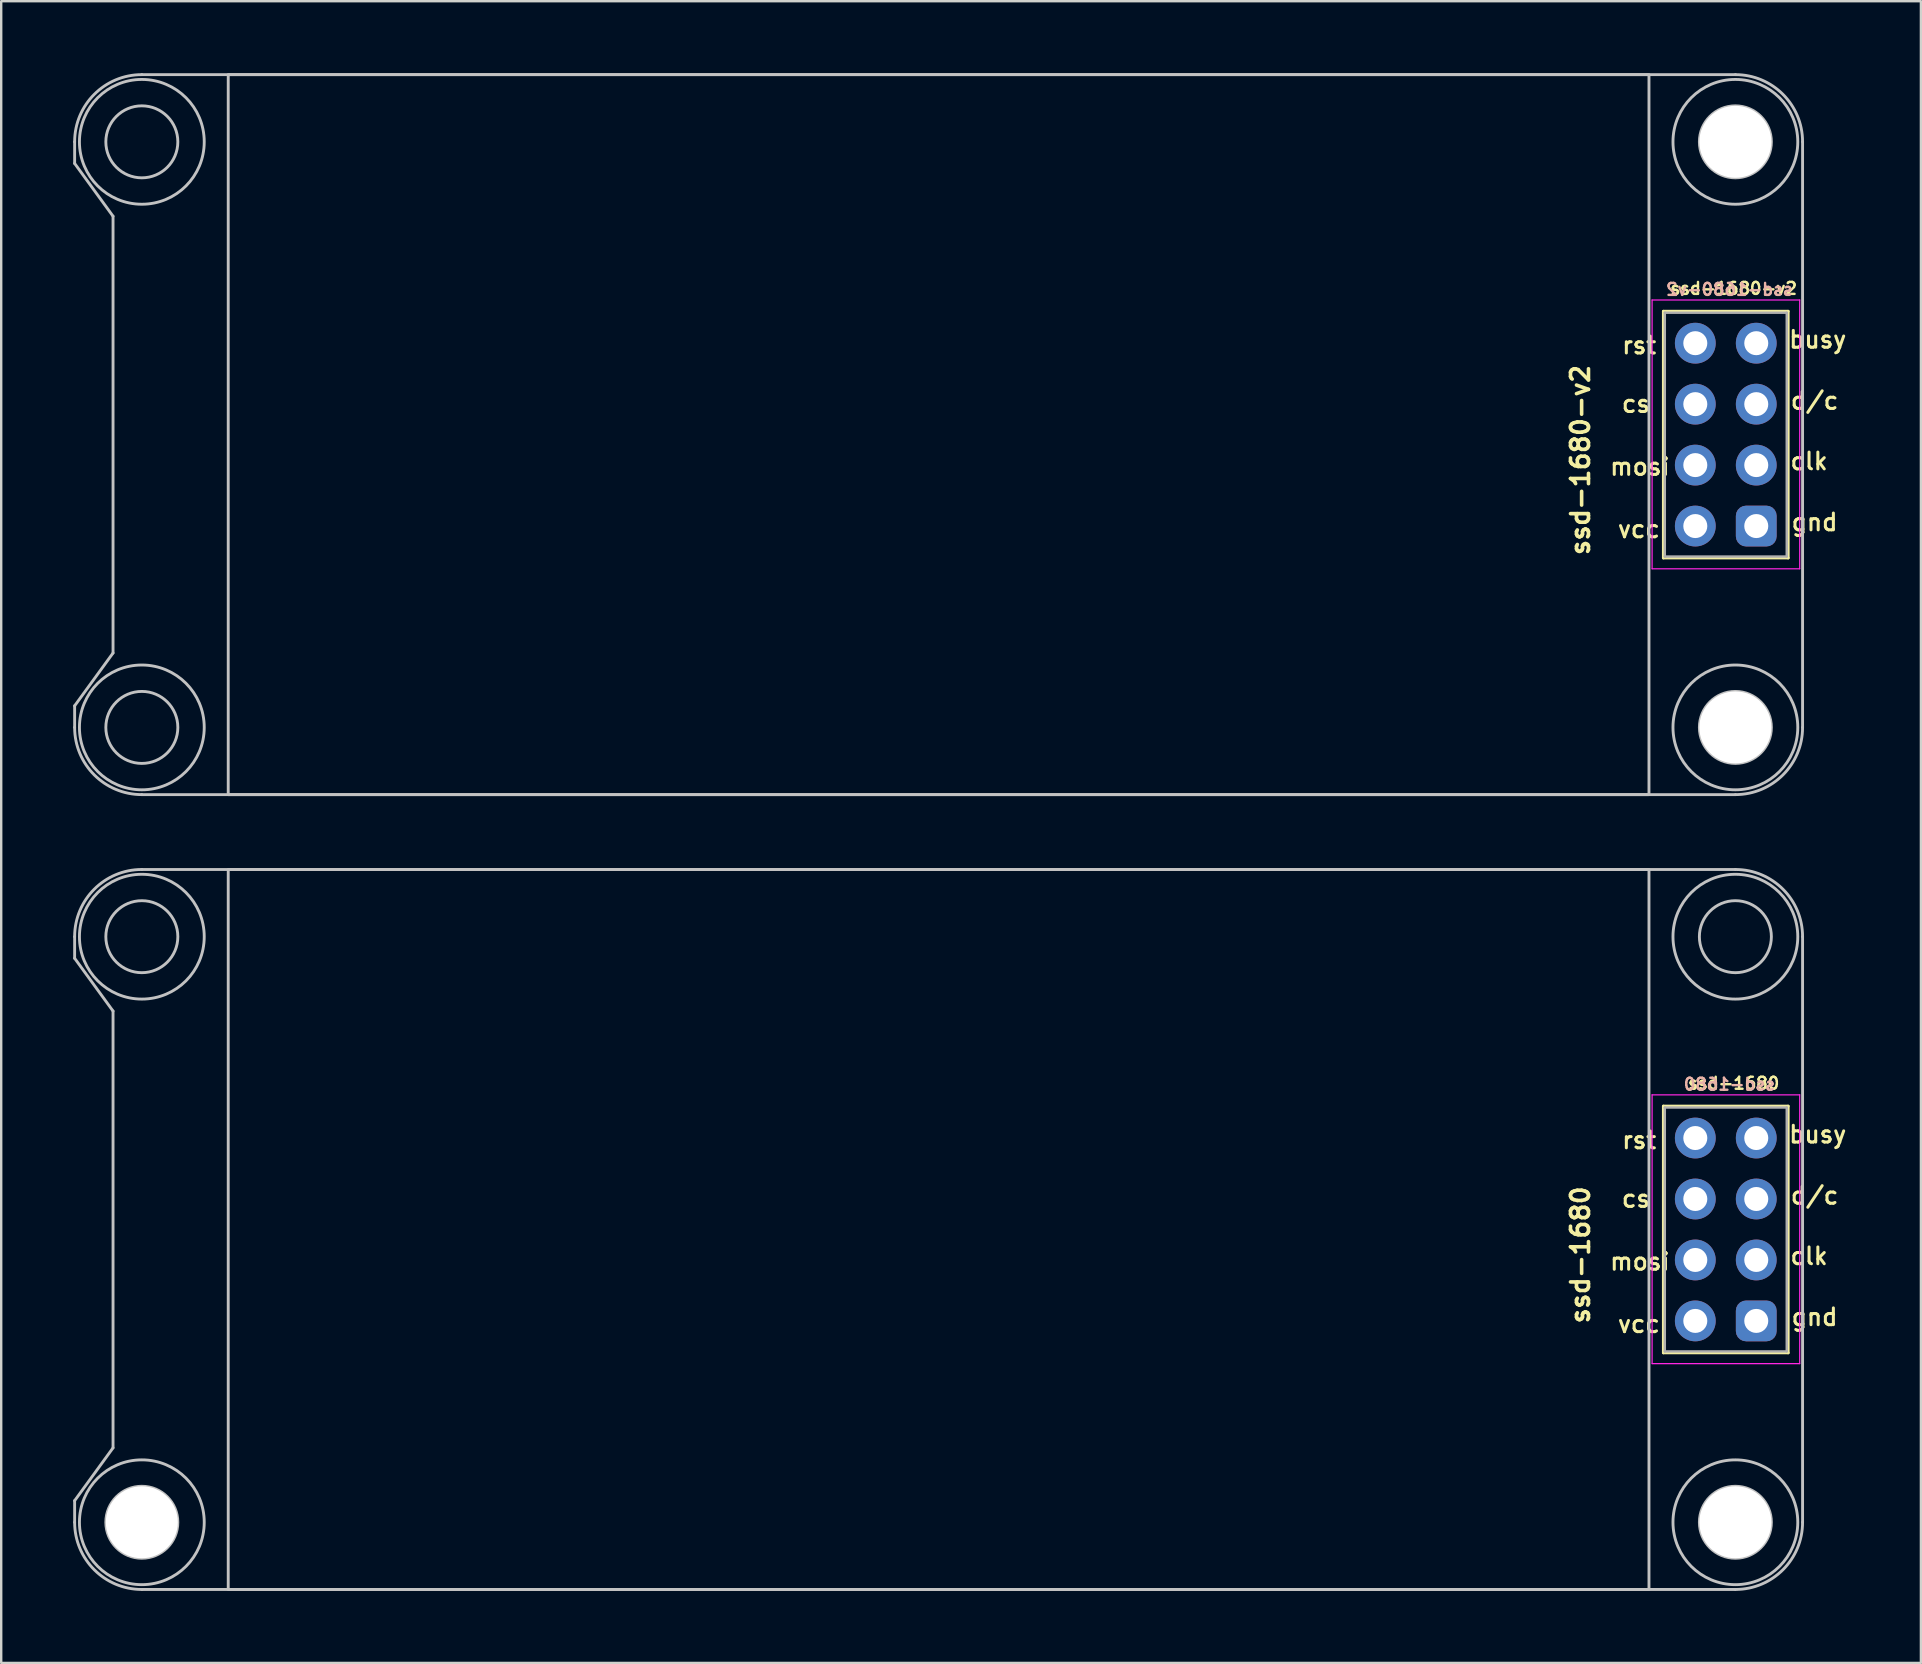
<source format=kicad_pcb>
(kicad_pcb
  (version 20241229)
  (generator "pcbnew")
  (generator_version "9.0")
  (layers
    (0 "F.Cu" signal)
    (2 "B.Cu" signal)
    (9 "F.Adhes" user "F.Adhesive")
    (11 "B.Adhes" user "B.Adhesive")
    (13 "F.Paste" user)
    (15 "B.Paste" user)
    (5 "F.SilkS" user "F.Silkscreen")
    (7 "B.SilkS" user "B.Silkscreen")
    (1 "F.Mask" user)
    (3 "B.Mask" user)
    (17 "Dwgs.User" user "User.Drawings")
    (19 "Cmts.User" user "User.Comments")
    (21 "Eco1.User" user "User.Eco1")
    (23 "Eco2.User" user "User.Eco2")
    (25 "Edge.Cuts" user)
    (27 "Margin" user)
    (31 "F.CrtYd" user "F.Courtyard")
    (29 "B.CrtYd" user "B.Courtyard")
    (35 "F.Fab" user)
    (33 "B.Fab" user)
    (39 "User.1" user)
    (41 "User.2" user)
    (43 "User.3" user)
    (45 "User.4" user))
  (footprint "ssd-1680-v2"
    (layer "F.Cu")
    (at 68.66 15.06)
    (property "Reference" "ssd-1680-v2" (at 0.53 -6.09 0) (layer "F.SilkS") (effects (font (size 0.5 0.5) (thickness 0.1))))
    (property "Value" "ssd-1680-v2" (at 0 6.14 0) (layer "F.Fab") (hide yes) (effects (font (size 1 1) (thickness 0.15))))
    (attr through_hole)
    (fp_line (start -2.4 -5.14) (end -2.4 5.14) (stroke (width 0.12) (type solid)) (layer "F.SilkS"))
    (fp_line (start -2.4 -5.14) (end 2.8 -5.14) (stroke (width 0.12) (type solid)) (layer "F.SilkS"))
    (fp_line (start -2.4 5.14) (end 2.8 5.14) (stroke (width 0.12) (type solid)) (layer "F.SilkS"))
    (fp_line (start 2.8 -5.14) (end 2.8 5.14) (stroke (width 0.12) (type solid)) (layer "F.SilkS"))
    (fp_line (start -68.6 -11.3) (end -68.6 -12.2) (stroke (width 0.12) (type solid)) (layer "Dwgs.User"))
    (fp_line (start -68.6 -11.3) (end -67 -9.1) (stroke (width 0.12) (type solid)) (layer "Dwgs.User"))
    (fp_line (start -68.6 11.3) (end -68.6 12.2) (stroke (width 0.12) (type solid)) (layer "Dwgs.User"))
    (fp_line (start -68.6 11.3) (end -67 9.1) (stroke (width 0.12) (type solid)) (layer "Dwgs.User"))
    (fp_line (start -67 9.1) (end -67 -9.1) (stroke (width 0.12) (type solid)) (layer "Dwgs.User"))
    (fp_line (start 0.6 -15) (end -65.8 -15) (stroke (width 0.12) (type solid)) (layer "Dwgs.User"))
    (fp_line (start 0.6 15) (end -65.8 15) (stroke (width 0.12) (type solid)) (layer "Dwgs.User"))
    (fp_line (start 3.4 -12.2) (end 3.4 12.2) (stroke (width 0.12) (type solid)) (layer "Dwgs.User"))
    (fp_rect (start -3 -15) (end -62.2 15) (stroke (width 0.12) (type solid)) (fill no) (layer "Dwgs.User"))
    (fp_arc (start -68.6 -12.2) (mid -67.779899 -14.179899) (end -65.8 -15) (stroke (width 0.12) (type solid)) (layer "Dwgs.User"))
    (fp_arc (start -65.8 15) (mid -67.779899 14.179899) (end -68.6 12.2) (stroke (width 0.12) (type solid)) (layer "Dwgs.User"))
    (fp_arc (start 0.6 -15) (mid 2.579899 -14.179899) (end 3.4 -12.2) (stroke (width 0.12) (type solid)) (layer "Dwgs.User"))
    (fp_arc (start 3.4 12.2) (mid 2.579899 14.179899) (end 0.6 15) (stroke (width 0.12) (type solid)) (layer "Dwgs.User"))
    (fp_circle (center -65.8 -12.2) (end -64.3 -12.2) (stroke (width 0.12) (type solid)) (fill no) (layer "Dwgs.User"))
    (fp_circle (center -65.8 -12.2) (end -63.2 -12.2) (stroke (width 0.12) (type solid)) (fill no) (layer "Dwgs.User"))
    (fp_circle (center -65.8 12.2) (end -64.3 12.2) (stroke (width 0.12) (type solid)) (fill no) (layer "Dwgs.User"))
    (fp_circle (center -65.8 12.2) (end -63.2 12.2) (stroke (width 0.12) (type solid)) (fill no) (layer "Dwgs.User"))
    (fp_circle (center 0.6 -12.2) (end 2.1 -12.2) (stroke (width 0.12) (type solid)) (fill no) (layer "Dwgs.User"))
    (fp_circle (center 0.6 -12.2) (end 3.2 -12.2) (stroke (width 0.12) (type solid)) (fill no) (layer "Dwgs.User"))
    (fp_circle (center 0.6 12.2) (end 2.1 12.2) (stroke (width 0.12) (type solid)) (fill no) (layer "Dwgs.User"))
    (fp_circle (center 0.6 12.2) (end 3.2 12.2) (stroke (width 0.12) (type solid)) (fill no) (layer "Dwgs.User"))
    (fp_line (start -2.87 -5.61) (end -2.87 5.59) (stroke (width 0.05) (type solid)) (layer "F.CrtYd"))
    (fp_line (start -2.87 5.59) (end 3.28 5.59) (stroke (width 0.05) (type solid)) (layer "F.CrtYd"))
    (fp_line (start 3.28 -5.61) (end -2.87 -5.61) (stroke (width 0.05) (type solid)) (layer "F.CrtYd"))
    (fp_line (start 3.28 5.59) (end 3.28 -5.61) (stroke (width 0.05) (type solid)) (layer "F.CrtYd"))
    (fp_line (start -2.34 -5.08) (end 2.74 -5.08) (stroke (width 0.1) (type solid)) (layer "F.Fab"))
    (fp_line (start -2.34 5.08) (end -2.34 -5.08) (stroke (width 0.1) (type solid)) (layer "F.Fab"))
    (fp_line (start 2.74 -5.08) (end 2.74 5.08) (stroke (width 0.1) (type solid)) (layer "F.Fab"))
    (fp_line (start 2.74 5.08) (end -2.34 5.08) (stroke (width 0.1) (type solid)) (layer "F.Fab"))
    (fp_text user "vcc" (at -3.42 3.94 0) (unlocked yes) (layer "F.SilkS") (effects (font (size 0.7 0.7) (thickness 0.125))))
    (fp_text user "clk" (at 3.67 1.11 0) (unlocked yes) (layer "F.SilkS") (effects (font (size 0.7 0.7) (thickness 0.125))))
    (fp_text user "${VALUE}" (at -5.86 1.06 270) (layer "F.SilkS") (effects (font (size 0.75 0.75) (thickness 0.15))))
    (fp_text user "d/c" (at 3.9 -1.41 0) (unlocked yes) (layer "F.SilkS") (effects (font (size 0.7 0.7) (thickness 0.125))))
    (fp_text user "mosi" (at -3.38 1.34 0) (unlocked yes) (layer "F.SilkS") (effects (font (size 0.7 0.7) (thickness 0.125))))
    (fp_text user "busy" (at 4.03 -3.96 0) (unlocked yes) (layer "F.SilkS") (effects (font (size 0.7 0.7) (thickness 0.125))))
    (fp_text user "rst" (at -3.41 -3.72 0) (unlocked yes) (layer "F.SilkS") (effects (font (size 0.7 0.7) (thickness 0.125))))
    (fp_text user "cs" (at -3.54 -1.28 0) (unlocked yes) (layer "F.SilkS") (effects (font (size 0.7 0.7) (thickness 0.125))))
    (fp_text user "gnd" (at 3.9 3.65 0) (unlocked yes) (layer "F.SilkS") (effects (font (size 0.7 0.7) (thickness 0.125))))
    (fp_text user "${REFERENCE}" (at 0.35 -6.05 0) (layer "B.SilkS") (effects (font (size 0.5 0.5) (thickness 0.1)) (justify mirror)))
    (pad "" np_thru_hole circle (at 0.6 -12.2) (size 3 3) (drill 3) (layers "*.Cu" "*.Mask"))
    (pad "" np_thru_hole circle (at 0.6 12.2) (size 3 3) (drill 3) (layers "*.Cu" "*.Mask"))
    (pad "1" thru_hole oval (at 1.47 -3.81) (size 1.7 1.7) (drill 1) (layers "*.Cu" "*.Mask"))
    (pad "2" thru_hole oval (at -1.07 -3.81) (size 1.7 1.7) (drill 1) (layers "*.Cu" "*.Mask"))
    (pad "3" thru_hole oval (at 1.47 -1.27) (size 1.7 1.7) (drill 1) (layers "*.Cu" "*.Mask"))
    (pad "4" thru_hole oval (at -1.07 -1.27) (size 1.7 1.7) (drill 1) (layers "*.Cu" "*.Mask"))
    (pad "5" thru_hole oval (at 1.47 1.27) (size 1.7 1.7) (drill 1) (layers "*.Cu" "*.Mask"))
    (pad "6" thru_hole oval (at -1.07 1.27) (size 1.7 1.7) (drill 1) (layers "*.Cu" "*.Mask"))
    (pad "7" thru_hole roundrect (at 1.47 3.81) (size 1.7 1.7) (drill 1) (layers "*.Cu" "*.Mask") (roundrect_rratio 0.25))
    (pad "8" thru_hole oval (at -1.07 3.81) (size 1.7 1.7) (drill 1) (layers "*.Cu" "*.Mask")))
  (footprint "ssd-1680"
    (layer "F.Cu")
    (at 68.66 48.18)
    (property "Reference" "ssd-1680" (at 0.53 -6.09 0) (layer "F.SilkS") (effects (font (size 0.5 0.5) (thickness 0.1))))
    (property "Value" "ssd-1680" (at 0 6.14 0) (layer "F.Fab") (hide yes) (effects (font (size 1 1) (thickness 0.15))))
    (attr through_hole)
    (fp_line (start -2.4 -5.14) (end -2.4 5.14) (stroke (width 0.12) (type solid)) (layer "F.SilkS"))
    (fp_line (start -2.4 -5.14) (end 2.8 -5.14) (stroke (width 0.12) (type solid)) (layer "F.SilkS"))
    (fp_line (start -2.4 5.14) (end 2.8 5.14) (stroke (width 0.12) (type solid)) (layer "F.SilkS"))
    (fp_line (start 2.8 -5.14) (end 2.8 5.14) (stroke (width 0.12) (type solid)) (layer "F.SilkS"))
    (fp_line (start -68.6 -11.3) (end -68.6 -12.2) (stroke (width 0.12) (type solid)) (layer "Dwgs.User"))
    (fp_line (start -68.6 -11.3) (end -67 -9.1) (stroke (width 0.12) (type solid)) (layer "Dwgs.User"))
    (fp_line (start -68.6 11.3) (end -68.6 12.2) (stroke (width 0.12) (type solid)) (layer "Dwgs.User"))
    (fp_line (start -68.6 11.3) (end -67 9.1) (stroke (width 0.12) (type solid)) (layer "Dwgs.User"))
    (fp_line (start -67 9.1) (end -67 -9.1) (stroke (width 0.12) (type solid)) (layer "Dwgs.User"))
    (fp_line (start 0.6 -15) (end -65.8 -15) (stroke (width 0.12) (type solid)) (layer "Dwgs.User"))
    (fp_line (start 0.6 15) (end -65.8 15) (stroke (width 0.12) (type solid)) (layer "Dwgs.User"))
    (fp_line (start 3.4 -12.2) (end 3.4 12.2) (stroke (width 0.12) (type solid)) (layer "Dwgs.User"))
    (fp_rect (start -3 -15) (end -62.2 15) (stroke (width 0.12) (type solid)) (fill no) (layer "Dwgs.User"))
    (fp_arc (start -68.6 -12.2) (mid -67.779899 -14.179899) (end -65.8 -15) (stroke (width 0.12) (type solid)) (layer "Dwgs.User"))
    (fp_arc (start -65.8 15) (mid -67.779899 14.179899) (end -68.6 12.2) (stroke (width 0.12) (type solid)) (layer "Dwgs.User"))
    (fp_arc (start 0.6 -15) (mid 2.579899 -14.179899) (end 3.4 -12.2) (stroke (width 0.12) (type solid)) (layer "Dwgs.User"))
    (fp_arc (start 3.4 12.2) (mid 2.579899 14.179899) (end 0.6 15) (stroke (width 0.12) (type solid)) (layer "Dwgs.User"))
    (fp_circle (center -65.8 -12.2) (end -64.3 -12.2) (stroke (width 0.12) (type solid)) (fill no) (layer "Dwgs.User"))
    (fp_circle (center -65.8 -12.2) (end -63.2 -12.2) (stroke (width 0.12) (type solid)) (fill no) (layer "Dwgs.User"))
    (fp_circle (center -65.8 12.2) (end -64.3 12.2) (stroke (width 0.12) (type solid)) (fill no) (layer "Dwgs.User"))
    (fp_circle (center -65.8 12.2) (end -63.2 12.2) (stroke (width 0.12) (type solid)) (fill no) (layer "Dwgs.User"))
    (fp_circle (center 0.6 -12.2) (end 2.1 -12.2) (stroke (width 0.12) (type solid)) (fill no) (layer "Dwgs.User"))
    (fp_circle (center 0.6 -12.2) (end 3.2 -12.2) (stroke (width 0.12) (type solid)) (fill no) (layer "Dwgs.User"))
    (fp_circle (center 0.6 12.2) (end 2.1 12.2) (stroke (width 0.12) (type solid)) (fill no) (layer "Dwgs.User"))
    (fp_circle (center 0.6 12.2) (end 3.2 12.2) (stroke (width 0.12) (type solid)) (fill no) (layer "Dwgs.User"))
    (fp_line (start -2.87 -5.61) (end -2.87 5.59) (stroke (width 0.05) (type solid)) (layer "F.CrtYd"))
    (fp_line (start -2.87 5.59) (end 3.28 5.59) (stroke (width 0.05) (type solid)) (layer "F.CrtYd"))
    (fp_line (start 3.28 -5.61) (end -2.87 -5.61) (stroke (width 0.05) (type solid)) (layer "F.CrtYd"))
    (fp_line (start 3.28 5.59) (end 3.28 -5.61) (stroke (width 0.05) (type solid)) (layer "F.CrtYd"))
    (fp_line (start -2.34 -5.08) (end 2.74 -5.08) (stroke (width 0.1) (type solid)) (layer "F.Fab"))
    (fp_line (start -2.34 5.08) (end -2.34 -5.08) (stroke (width 0.1) (type solid)) (layer "F.Fab"))
    (fp_line (start 2.74 -5.08) (end 2.74 5.08) (stroke (width 0.1) (type solid)) (layer "F.Fab"))
    (fp_line (start 2.74 5.08) (end -2.34 5.08) (stroke (width 0.1) (type solid)) (layer "F.Fab"))
    (fp_text user "cs" (at -3.54 -1.28 0) (unlocked yes) (layer "F.SilkS") (effects (font (size 0.7 0.7) (thickness 0.125))))
    (fp_text user "mosi" (at -3.38 1.34 0) (unlocked yes) (layer "F.SilkS") (effects (font (size 0.7 0.7) (thickness 0.125))))
    (fp_text user "rst" (at -3.41 -3.72 0) (unlocked yes) (layer "F.SilkS") (effects (font (size 0.7 0.7) (thickness 0.125))))
    (fp_text user "clk" (at 3.67 1.11 0) (unlocked yes) (layer "F.SilkS") (effects (font (size 0.7 0.7) (thickness 0.125))))
    (fp_text user "gnd" (at 3.9 3.65 0) (unlocked yes) (layer "F.SilkS") (effects (font (size 0.7 0.7) (thickness 0.125))))
    (fp_text user "vcc" (at -3.42 3.94 0) (unlocked yes) (layer "F.SilkS") (effects (font (size 0.7 0.7) (thickness 0.125))))
    (fp_text user "busy" (at 4.03 -3.96 0) (unlocked yes) (layer "F.SilkS") (effects (font (size 0.7 0.7) (thickness 0.125))))
    (fp_text user "${VALUE}" (at -5.86 1.06 270) (layer "F.SilkS") (effects (font (size 0.75 0.75) (thickness 0.15))))
    (fp_text user "d/c" (at 3.9 -1.41 0) (unlocked yes) (layer "F.SilkS") (effects (font (size 0.7 0.7) (thickness 0.125))))
    (fp_text user "${REFERENCE}" (at 0.35 -6.05 0) (layer "B.SilkS") (effects (font (size 0.5 0.5) (thickness 0.1)) (justify mirror)))
    (pad "" np_thru_hole circle (at -65.8 12.2) (size 3 3) (drill 3) (layers "*.Cu" "*.Mask"))
    (pad "" np_thru_hole circle (at 0.6 12.2) (size 3 3) (drill 3) (layers "*.Cu" "*.Mask"))
    (pad "1" thru_hole oval (at 1.47 -3.81) (size 1.7 1.7) (drill 1) (layers "*.Cu" "*.Mask"))
    (pad "2" thru_hole oval (at -1.07 -3.81) (size 1.7 1.7) (drill 1) (layers "*.Cu" "*.Mask"))
    (pad "3" thru_hole oval (at 1.47 -1.27) (size 1.7 1.7) (drill 1) (layers "*.Cu" "*.Mask"))
    (pad "4" thru_hole oval (at -1.07 -1.27) (size 1.7 1.7) (drill 1) (layers "*.Cu" "*.Mask"))
    (pad "5" thru_hole oval (at 1.47 1.27) (size 1.7 1.7) (drill 1) (layers "*.Cu" "*.Mask"))
    (pad "6" thru_hole oval (at -1.07 1.27) (size 1.7 1.7) (drill 1) (layers "*.Cu" "*.Mask"))
    (pad "7" thru_hole roundrect (at 1.47 3.81) (size 1.7 1.7) (drill 1) (layers "*.Cu" "*.Mask") (roundrect_rratio 0.25))
    (pad "8" thru_hole oval (at -1.07 3.81) (size 1.7 1.7) (drill 1) (layers "*.Cu" "*.Mask")))
  (gr_rect
    (start -3 -3)
    (end 76.991 66.24)
    (stroke (width 0.1) (type default))
    (fill no)
    (layer "Edge.Cuts")))
</source>
